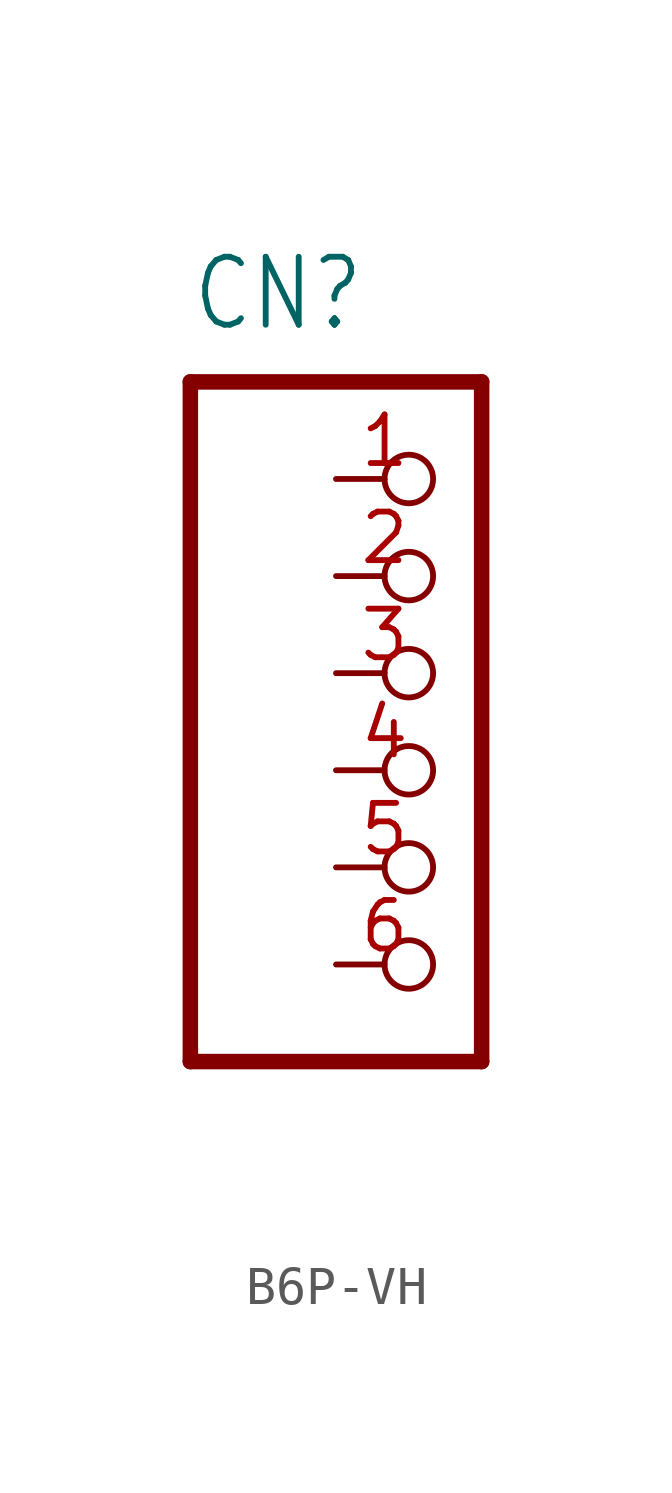
<source format=kicad_sym>
(kicad_symbol_lib
  (version 20231120)
  (generator "kicad_symbol_editor")
  (generator_version "8.0")
  (symbol "B6P-VH"
    (property "Reference" "CN"
      (at -3.81 8.89 0)
      (effects (font (size 1.778 1.511)) (justify left bottom)))
    (property "Value" ""
      (at -3.81 -12.7 0)
      (effects (font (size 1.778 1.511)) (justify left bottom)))
    (property "ki_locked" ""
      (at 0 0 0)
      (effects (font (size 1.27 1.27))))
    (symbol "B6P-VH_1_0"
      (polyline (pts (xy -3.81 -10.16) (xy 3.81 -10.16)) (stroke (width 0.406) (type solid)) (fill (type none)))
      (polyline (pts (xy -3.81 7.62) (xy -3.81 -10.16)) (stroke (width 0.406) (type solid)) (fill (type none)))
      (polyline (pts (xy 3.81 -10.16) (xy 3.81 7.62)) (stroke (width 0.406) (type solid)) (fill (type none)))
      (polyline (pts (xy 3.81 7.62) (xy -3.81 7.62)) (stroke (width 0.406) (type solid)) (fill (type none)))
      (pin passive inverted (at 0 5.08 0) (length 2.54) (name "1" (effects (font (size 0 0)))) (number "1" (effects (font (size 1.27 1.27)))))
      (pin passive inverted (at 0 2.54 0) (length 2.54) (name "2" (effects (font (size 0 0)))) (number "2" (effects (font (size 1.27 1.27)))))
      (pin passive inverted (at 0 0 0) (length 2.54) (name "3" (effects (font (size 0 0)))) (number "3" (effects (font (size 1.27 1.27)))))
      (pin passive inverted (at 0 -2.54 0) (length 2.54) (name "4" (effects (font (size 0 0)))) (number "4" (effects (font (size 1.27 1.27)))))
      (pin passive inverted (at 0 -5.08 0) (length 2.54) (name "5" (effects (font (size 0 0)))) (number "5" (effects (font (size 1.27 1.27)))))
      (pin passive inverted (at 0 -7.62 0) (length 2.54) (name "6" (effects (font (size 0 0)))) (number "6" (effects (font (size 1.27 1.27))))))))
</source>
